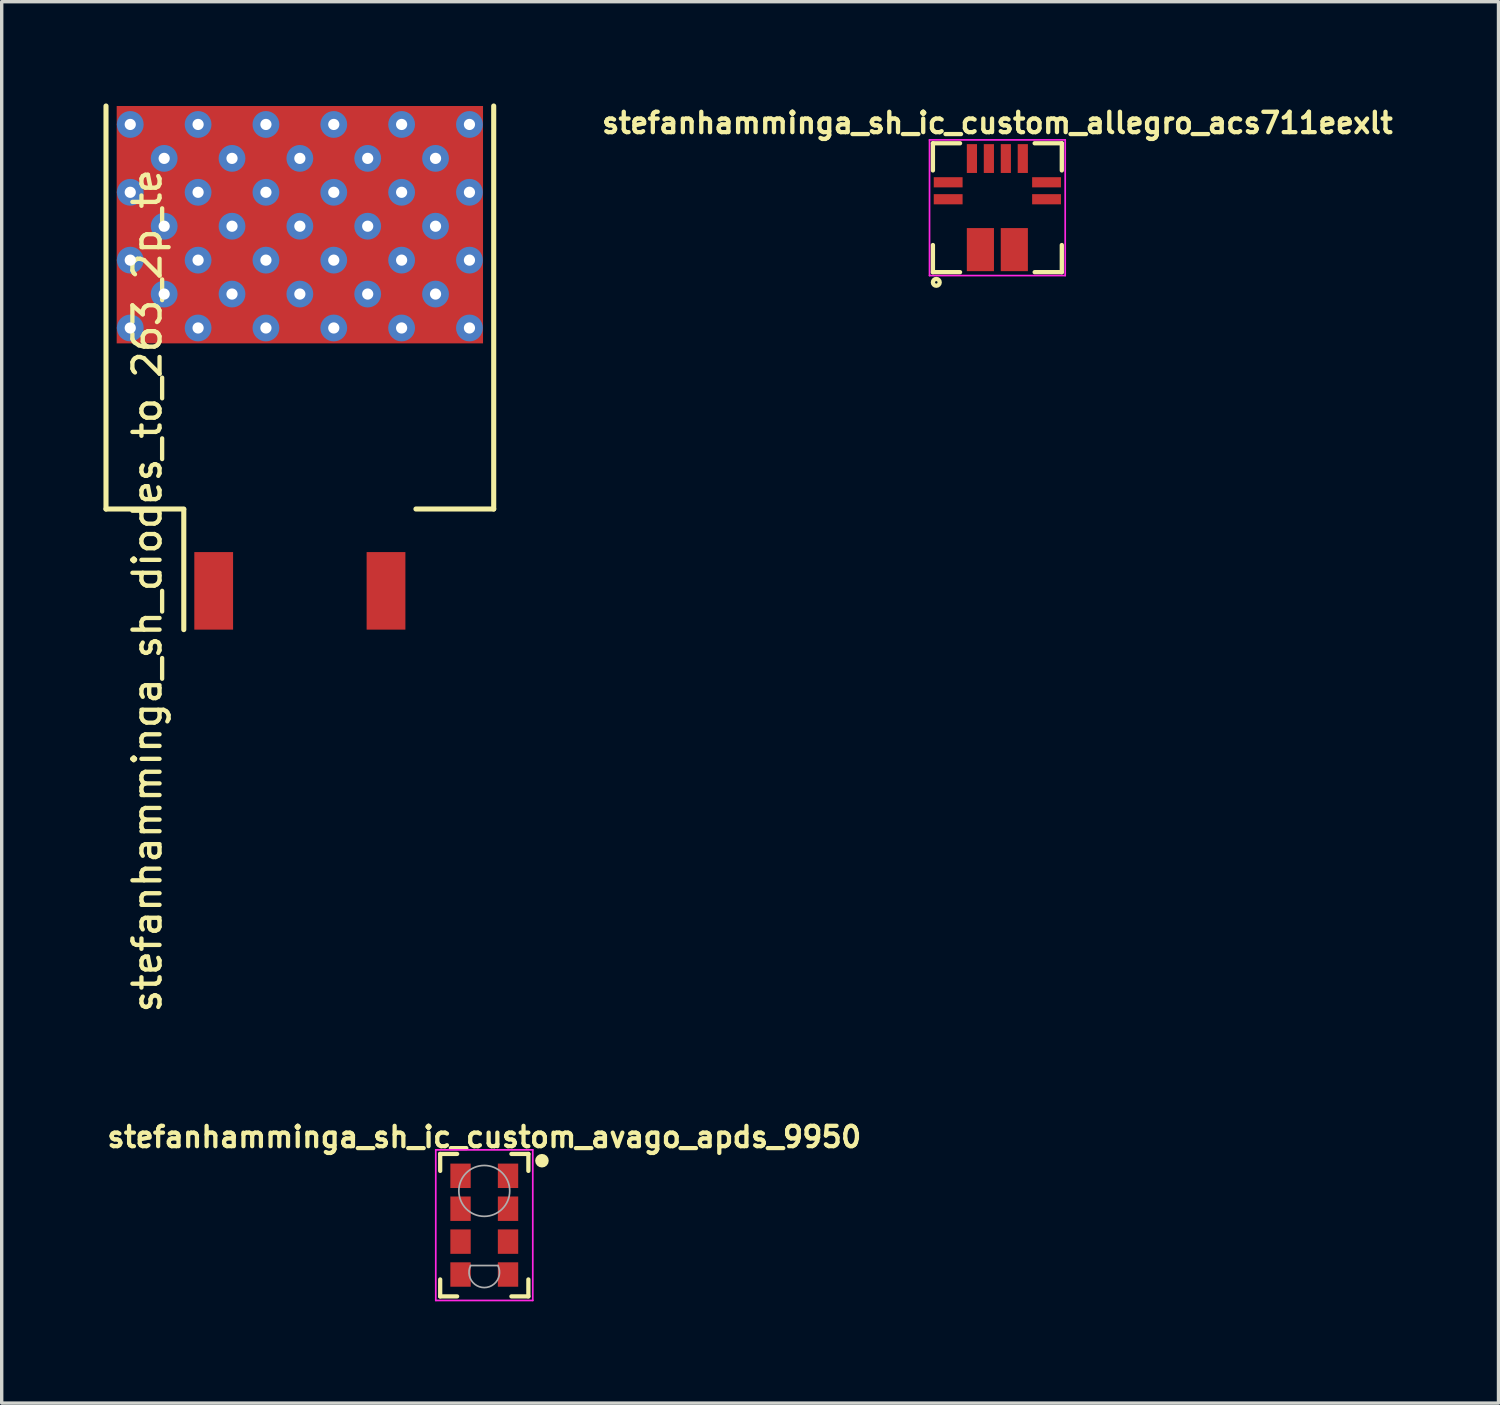
<source format=kicad_pcb>
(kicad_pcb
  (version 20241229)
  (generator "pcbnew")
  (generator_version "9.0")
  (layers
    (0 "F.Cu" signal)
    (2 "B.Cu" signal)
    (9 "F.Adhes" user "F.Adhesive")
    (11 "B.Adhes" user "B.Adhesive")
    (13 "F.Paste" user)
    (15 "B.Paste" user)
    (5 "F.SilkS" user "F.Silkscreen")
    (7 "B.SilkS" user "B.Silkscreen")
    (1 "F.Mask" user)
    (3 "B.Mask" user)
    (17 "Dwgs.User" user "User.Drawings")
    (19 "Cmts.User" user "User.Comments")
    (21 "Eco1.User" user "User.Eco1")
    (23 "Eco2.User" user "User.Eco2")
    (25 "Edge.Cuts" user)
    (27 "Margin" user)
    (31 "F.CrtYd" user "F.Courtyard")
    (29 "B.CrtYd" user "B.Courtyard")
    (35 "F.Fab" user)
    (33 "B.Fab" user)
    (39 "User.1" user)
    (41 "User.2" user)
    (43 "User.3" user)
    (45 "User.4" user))
  (footprint "stefanhamminga_sh_ic_custom_avago_apds_9950"
    (layer "F.Cu")
    (at 11.227 33.069)
    (property "Reference" "stefanhamminga_sh_ic_custom_avago_apds_9950" (at 0 -2.6 0) (layer "F.SilkS") (effects (font (size 0.6 0.6) (thickness 0.125))))
    (attr smd)
    (fp_line (start -1.3 -2.1) (end -1.3 -1.6) (stroke (width 0.125) (type solid)) (layer "F.SilkS"))
    (fp_line (start -1.3 -2.1) (end -0.8 -2.1) (stroke (width 0.125) (type solid)) (layer "F.SilkS"))
    (fp_line (start -1.3 2.1) (end -1.3 1.6) (stroke (width 0.125) (type solid)) (layer "F.SilkS"))
    (fp_line (start -1.3 2.1) (end -0.8 2.1) (stroke (width 0.125) (type solid)) (layer "F.SilkS"))
    (fp_line (start 0.8 2.1) (end 1.3 2.1) (stroke (width 0.125) (type solid)) (layer "F.SilkS"))
    (fp_line (start 1.3 -2.1) (end 0.8 -2.1) (stroke (width 0.125) (type solid)) (layer "F.SilkS"))
    (fp_line (start 1.3 -2.1) (end 1.3 -1.6) (stroke (width 0.125) (type solid)) (layer "F.SilkS"))
    (fp_line (start 1.3 2.1) (end 1.3 1.6) (stroke (width 0.125) (type solid)) (layer "F.SilkS"))
    (fp_circle (center 1.7 -1.9) (end 1.7 -2) (stroke (width 0.2) (type solid)) (fill no) (layer "F.SilkS"))
    (fp_line (start -1.43 -2.22) (end 1.43 -2.22) (stroke (width 0.05) (type solid)) (layer "F.CrtYd"))
    (fp_line (start -1.43 2.22) (end -1.43 -2.22) (stroke (width 0.05) (type solid)) (layer "F.CrtYd"))
    (fp_line (start 1.43 -2.22) (end 1.43 2.22) (stroke (width 0.05) (type solid)) (layer "F.CrtYd"))
    (fp_line (start 1.43 2.22) (end -1.43 2.22) (stroke (width 0.05) (type solid)) (layer "F.CrtYd"))
    (fp_line (start -0.403 1.19) (end 0.403 1.19) (stroke (width 0.05) (type solid)) (layer "F.Fab"))
    (fp_arc (start 0.403 1.19) (mid 0.001132 1.839897) (end -0.404002 1.192031) (stroke (width 0.05) (type solid)) (layer "F.Fab"))
    (fp_circle (center 0 -1.01) (end 0.75 -1.01) (stroke (width 0.05) (type solid)) (fill no) (layer "F.Fab"))
    (pad "1" smd rect (at 0.7 -1.455) (size 0.6 0.72) (layers "F.Cu" "F.Mask" "F.Paste"))
    (pad "2" smd rect (at 0.7 -0.485) (size 0.6 0.72) (layers "F.Cu" "F.Mask" "F.Paste"))
    (pad "3" smd rect (at 0.7 0.485) (size 0.6 0.72) (layers "F.Cu" "F.Mask" "F.Paste"))
    (pad "4" smd rect (at 0.7 1.455) (size 0.6 0.72) (layers "F.Cu" "F.Mask" "F.Paste"))
    (pad "5" smd rect (at -0.7 1.455) (size 0.6 0.72) (layers "F.Cu" "F.Mask" "F.Paste"))
    (pad "6" smd rect (at -0.7 0.485) (size 0.6 0.72) (layers "F.Cu" "F.Mask" "F.Paste"))
    (pad "7" smd rect (at -0.7 -0.485) (size 0.6 0.72) (layers "F.Cu" "F.Mask" "F.Paste"))
    (pad "8" smd rect (at -0.7 -1.455) (size 0.6 0.72) (layers "F.Cu" "F.Mask" "F.Paste")))
  (footprint "stefanhamminga_sh_diodes_to_263_2p_te"
    (layer "F.Cu")
    (at 5.79 14.369)
    (property "Reference" "stefanhamminga_sh_diodes_to_263_2p_te" (at -4.5 0 90) (layer "F.SilkS") (effects (font (size 0.8 0.8) (thickness 0.127))))
    (attr smd)
    (fp_line (start -5.715 -2.413) (end -5.715 -14.294) (stroke (width 0.15) (type solid)) (layer "F.SilkS"))
    (fp_line (start -5.715 -2.413) (end -3.422 -2.413) (stroke (width 0.15) (type solid)) (layer "F.SilkS"))
    (fp_line (start -3.422 -2.4) (end -3.422 1.143) (stroke (width 0.15) (type solid)) (layer "F.SilkS"))
    (fp_line (start 3.422 -2.413) (end 5.715 -2.413) (stroke (width 0.15) (type solid)) (layer "F.SilkS"))
    (fp_line (start 5.715 -14.294) (end 5.715 -2.413) (stroke (width 0.15) (type solid)) (layer "F.SilkS"))
    (pad "1" smd rect (at -2.54 0) (size 1.143 2.286) (layers "F.Cu" "F.Mask" "F.Paste"))
    (pad "3" thru_hole circle (at -5 -13.75) (size 0.79 0.79) (drill 0.33) (layers "*.Cu" "F.Mask"))
    (pad "3" thru_hole circle (at -5 -11.75) (size 0.79 0.79) (drill 0.33) (layers "*.Cu" "F.Mask"))
    (pad "3" thru_hole circle (at -5 -9.75) (size 0.79 0.79) (drill 0.33) (layers "*.Cu" "F.Mask"))
    (pad "3" thru_hole circle (at -5 -7.75) (size 0.79 0.79) (drill 0.33) (layers "*.Cu" "F.Mask"))
    (pad "3" thru_hole circle (at -4 -12.75) (size 0.79 0.79) (drill 0.33) (layers "*.Cu" "F.Mask"))
    (pad "3" thru_hole circle (at -4 -10.75) (size 0.79 0.79) (drill 0.33) (layers "*.Cu" "F.Mask"))
    (pad "3" thru_hole circle (at -4 -8.75) (size 0.79 0.79) (drill 0.33) (layers "*.Cu" "F.Mask"))
    (pad "3" thru_hole circle (at -3 -13.75) (size 0.79 0.79) (drill 0.33) (layers "*.Cu" "F.Mask"))
    (pad "3" thru_hole circle (at -3 -11.75) (size 0.79 0.79) (drill 0.33) (layers "*.Cu" "F.Mask"))
    (pad "3" thru_hole circle (at -3 -9.75) (size 0.79 0.79) (drill 0.33) (layers "*.Cu" "F.Mask"))
    (pad "3" thru_hole circle (at -3 -7.75) (size 0.79 0.79) (drill 0.33) (layers "*.Cu" "F.Mask"))
    (pad "3" smd rect (at -2.75 -12.5) (size 5 3) (layers "F.Cu" "F.Mask" "F.Paste"))
    (pad "3" smd rect (at -2.75 -9) (size 5 3) (layers "F.Cu" "F.Mask" "F.Paste"))
    (pad "3" thru_hole circle (at -2 -12.75) (size 0.79 0.79) (drill 0.33) (layers "*.Cu" "F.Mask"))
    (pad "3" thru_hole circle (at -2 -10.75) (size 0.79 0.79) (drill 0.33) (layers "*.Cu" "F.Mask"))
    (pad "3" thru_hole circle (at -2 -8.75) (size 0.79 0.79) (drill 0.33) (layers "*.Cu" "F.Mask"))
    (pad "3" thru_hole circle (at -1 -13.75) (size 0.79 0.79) (drill 0.33) (layers "*.Cu" "F.Mask"))
    (pad "3" thru_hole circle (at -1 -11.75) (size 0.79 0.79) (drill 0.33) (layers "*.Cu" "F.Mask"))
    (pad "3" thru_hole circle (at -1 -9.75) (size 0.79 0.79) (drill 0.33) (layers "*.Cu" "F.Mask"))
    (pad "3" thru_hole circle (at -1 -7.75) (size 0.79 0.79) (drill 0.33) (layers "*.Cu" "F.Mask"))
    (pad "3" thru_hole circle (at 0 -12.75) (size 0.79 0.79) (drill 0.33) (layers "*.Cu" "F.Mask"))
    (pad "3" smd rect (at 0 -10.795) (size 10.8 6.998) (layers "F.Cu" "F.Mask"))
    (pad "3" thru_hole circle (at 0 -10.75) (size 0.79 0.79) (drill 0.33) (layers "*.Cu" "F.Mask"))
    (pad "3" thru_hole circle (at 0 -8.75) (size 0.79 0.79) (drill 0.33) (layers "*.Cu" "F.Mask"))
    (pad "3" thru_hole circle (at 1 -13.75) (size 0.79 0.79) (drill 0.33) (layers "*.Cu" "F.Mask"))
    (pad "3" thru_hole circle (at 1 -11.75) (size 0.79 0.79) (drill 0.33) (layers "*.Cu" "F.Mask"))
    (pad "3" thru_hole circle (at 1 -9.75) (size 0.79 0.79) (drill 0.33) (layers "*.Cu" "F.Mask"))
    (pad "3" thru_hole circle (at 1 -7.75) (size 0.79 0.79) (drill 0.33) (layers "*.Cu" "F.Mask"))
    (pad "3" thru_hole circle (at 2 -12.75) (size 0.79 0.79) (drill 0.33) (layers "*.Cu" "F.Mask"))
    (pad "3" thru_hole circle (at 2 -10.75) (size 0.79 0.79) (drill 0.33) (layers "*.Cu" "F.Mask"))
    (pad "3" thru_hole circle (at 2 -8.75) (size 0.79 0.79) (drill 0.33) (layers "*.Cu" "F.Mask"))
    (pad "3" smd rect (at 2.54 0) (size 1.143 2.286) (layers "F.Cu" "F.Mask" "F.Paste"))
    (pad "3" smd rect (at 2.75 -12.5) (size 5 3) (layers "F.Cu" "F.Mask" "F.Paste"))
    (pad "3" smd rect (at 2.75 -9) (size 5 3) (layers "F.Cu" "F.Mask" "F.Paste"))
    (pad "3" thru_hole circle (at 3 -13.75) (size 0.79 0.79) (drill 0.33) (layers "*.Cu" "F.Mask"))
    (pad "3" thru_hole circle (at 3 -11.75) (size 0.79 0.79) (drill 0.33) (layers "*.Cu" "F.Mask"))
    (pad "3" thru_hole circle (at 3 -9.75) (size 0.79 0.79) (drill 0.33) (layers "*.Cu" "F.Mask"))
    (pad "3" thru_hole circle (at 3 -7.75) (size 0.79 0.79) (drill 0.33) (layers "*.Cu" "F.Mask"))
    (pad "3" thru_hole circle (at 4 -12.75) (size 0.79 0.79) (drill 0.33) (layers "*.Cu" "F.Mask"))
    (pad "3" thru_hole circle (at 4 -10.75) (size 0.79 0.79) (drill 0.33) (layers "*.Cu" "F.Mask"))
    (pad "3" thru_hole circle (at 4 -8.75) (size 0.79 0.79) (drill 0.33) (layers "*.Cu" "F.Mask"))
    (pad "3" thru_hole circle (at 5 -13.75) (size 0.79 0.79) (drill 0.33) (layers "*.Cu" "F.Mask"))
    (pad "3" thru_hole circle (at 5 -11.75) (size 0.79 0.79) (drill 0.33) (layers "*.Cu" "F.Mask"))
    (pad "3" thru_hole circle (at 5 -9.75) (size 0.79 0.79) (drill 0.33) (layers "*.Cu" "F.Mask"))
    (pad "3" thru_hole circle (at 5 -7.75) (size 0.79 0.79) (drill 0.33) (layers "*.Cu" "F.Mask")))
  (footprint "stefanhamminga_sh_ic_custom_allegro_acs711eexlt"
    (layer "F.Cu")
    (at 26.353 3.074)
    (property "Reference" "stefanhamminga_sh_ic_custom_allegro_acs711eexlt" (at 0 -2.5 0) (layer "F.SilkS") (effects (font (size 0.6 0.6) (thickness 0.127))))
    (attr smd)
    (fp_line (start -1.9 -1.9) (end -1.9 -1.1) (stroke (width 0.127) (type solid)) (layer "F.SilkS"))
    (fp_line (start -1.9 -1.9) (end -1.1 -1.9) (stroke (width 0.127) (type solid)) (layer "F.SilkS"))
    (fp_line (start -1.9 1.1) (end -1.9 1.9) (stroke (width 0.127) (type solid)) (layer "F.SilkS"))
    (fp_line (start -1.9 1.9) (end -1.1 1.9) (stroke (width 0.127) (type solid)) (layer "F.SilkS"))
    (fp_line (start 1.1 -1.9) (end 1.9 -1.9) (stroke (width 0.127) (type solid)) (layer "F.SilkS"))
    (fp_line (start 1.1 1.9) (end 1.9 1.9) (stroke (width 0.127) (type solid)) (layer "F.SilkS"))
    (fp_line (start 1.9 -1.9) (end 1.9 -1.1) (stroke (width 0.127) (type solid)) (layer "F.SilkS"))
    (fp_line (start 1.9 1.9) (end 1.9 1.1) (stroke (width 0.127) (type solid)) (layer "F.SilkS"))
    (fp_circle (center -1.8 2.2) (end -1.8 2.1) (stroke (width 0.127) (type solid)) (fill no) (layer "F.SilkS"))
    (fp_line (start -2 -2) (end 2 -2) (stroke (width 0.05) (type solid)) (layer "F.CrtYd"))
    (fp_line (start -2 2) (end -2 -2) (stroke (width 0.05) (type solid)) (layer "F.CrtYd"))
    (fp_line (start 2 -2) (end 2 2) (stroke (width 0.05) (type solid)) (layer "F.CrtYd"))
    (fp_line (start 2 2) (end -2 2) (stroke (width 0.05) (type solid)) (layer "F.CrtYd"))
    (pad "1" smd rect (at -0.5 1.235) (size 0.8 1.27) (layers "F.Cu" "F.Mask" "F.Paste"))
    (pad "2" smd rect (at 0.5 1.235) (size 0.8 1.27) (layers "F.Cu" "F.Mask" "F.Paste"))
    (pad "5" smd rect (at 1.45 -0.25) (size 0.85 0.3) (layers "F.Cu" "F.Mask" "F.Paste"))
    (pad "6" smd rect (at 1.45 -0.75) (size 0.85 0.3) (layers "F.Cu" "F.Mask" "F.Paste"))
    (pad "7" smd rect (at 0.75 -1.45 90) (size 0.85 0.3) (layers "F.Cu" "F.Mask" "F.Paste"))
    (pad "8" smd rect (at 0.25 -1.45 90) (size 0.85 0.3) (layers "F.Cu" "F.Mask" "F.Paste"))
    (pad "9" smd rect (at -0.25 -1.45 90) (size 0.85 0.3) (layers "F.Cu" "F.Mask" "F.Paste"))
    (pad "10" smd rect (at -0.75 -1.45 90) (size 0.85 0.3) (layers "F.Cu" "F.Mask" "F.Paste"))
    (pad "11" smd rect (at -1.45 -0.75) (size 0.85 0.3) (layers "F.Cu" "F.Mask" "F.Paste"))
    (pad "12" smd rect (at -1.45 -0.25) (size 0.85 0.3) (layers "F.Cu" "F.Mask" "F.Paste")))
  (gr_rect
    (start -3 -3)
    (end 41.127 38.314)
    (stroke (width 0.1) (type default))
    (fill no)
    (layer "Edge.Cuts")))
</source>
